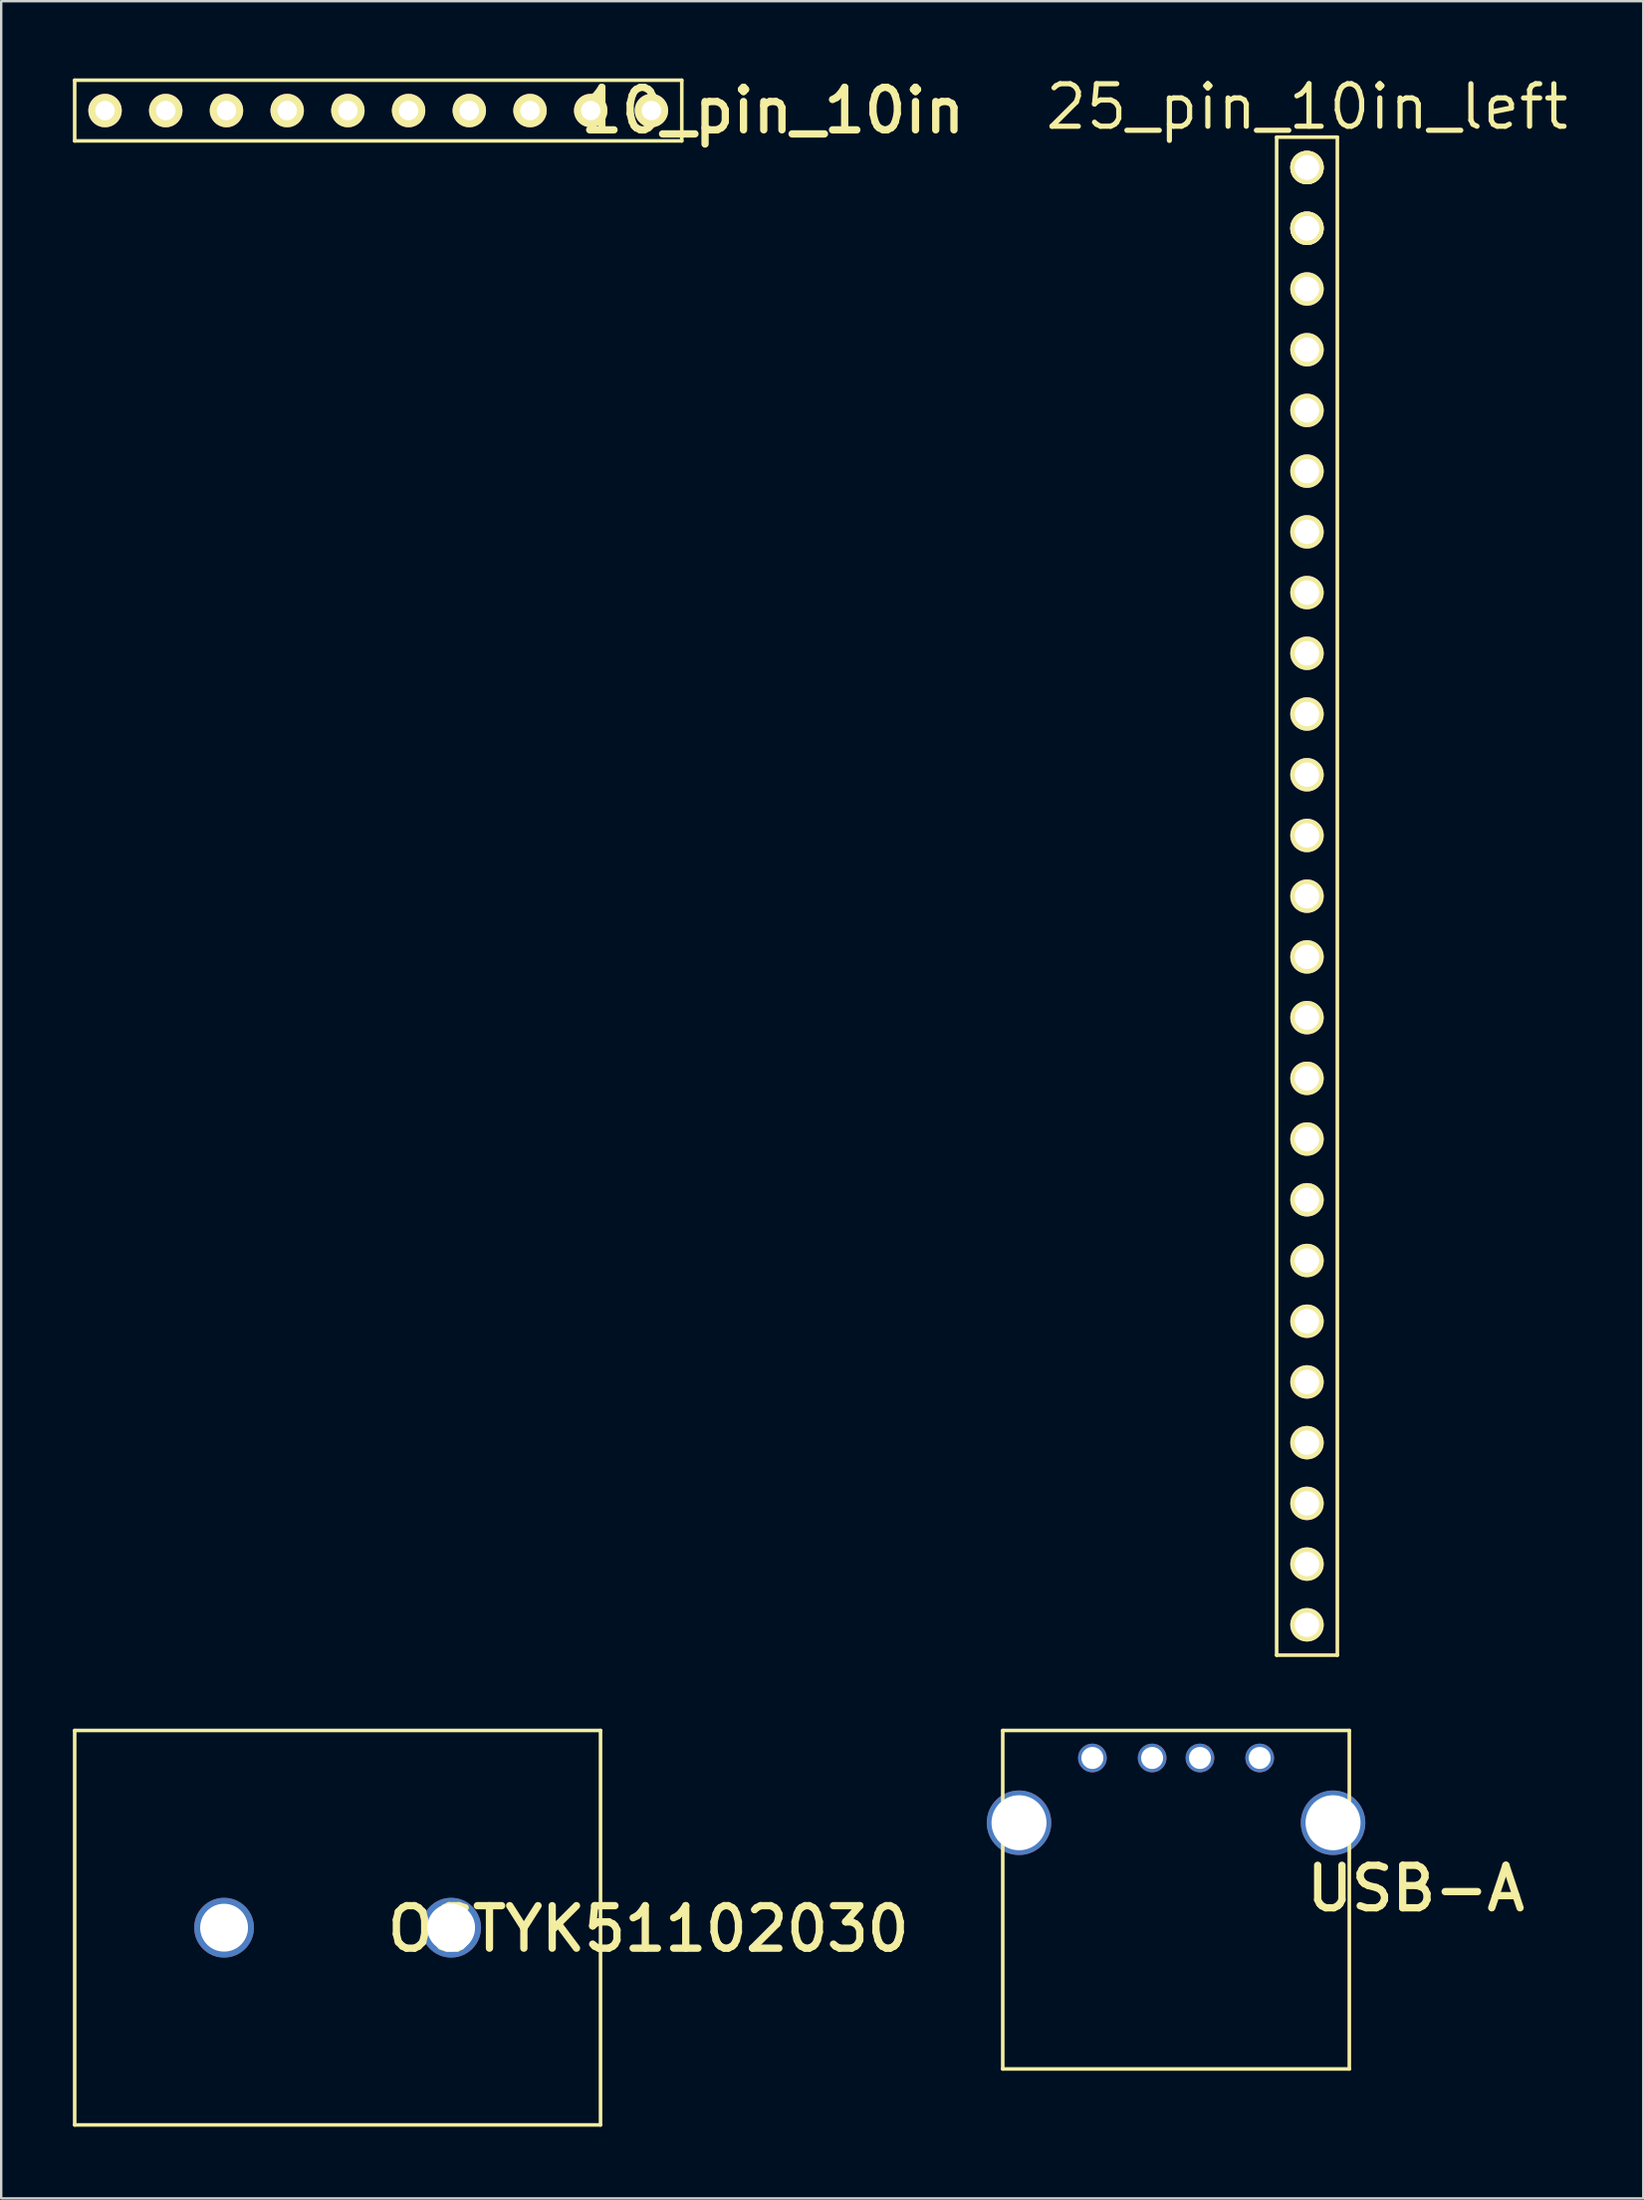
<source format=kicad_pcb>
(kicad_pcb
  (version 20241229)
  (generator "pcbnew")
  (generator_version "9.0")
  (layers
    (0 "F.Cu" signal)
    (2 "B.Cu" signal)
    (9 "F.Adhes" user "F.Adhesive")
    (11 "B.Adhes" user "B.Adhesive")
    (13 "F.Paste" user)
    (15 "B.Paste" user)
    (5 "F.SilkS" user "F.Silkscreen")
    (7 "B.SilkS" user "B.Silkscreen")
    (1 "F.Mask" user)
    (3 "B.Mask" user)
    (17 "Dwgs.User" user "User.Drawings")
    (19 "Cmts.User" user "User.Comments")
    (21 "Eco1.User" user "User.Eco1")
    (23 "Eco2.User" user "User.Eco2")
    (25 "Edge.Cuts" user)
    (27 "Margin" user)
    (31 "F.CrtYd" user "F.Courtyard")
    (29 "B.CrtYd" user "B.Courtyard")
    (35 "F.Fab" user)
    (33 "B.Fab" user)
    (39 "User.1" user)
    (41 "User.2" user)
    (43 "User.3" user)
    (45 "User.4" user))
  (footprint "OSTYK51102030"
    (layer "F.Cu")
    (at 11.075 77.589)
    (property "Reference" "OSTYK51102030" (at 13 0.05 0) (layer "F.SilkS") (effects (font (size 1.778 1.778) (thickness 0.305))))
    (attr through_hole)
    (fp_line (start -11 -8.25) (end -11 8.25) (stroke (width 0.15) (type solid)) (layer "F.SilkS"))
    (fp_line (start -11 -8.25) (end 11 -8.25) (stroke (width 0.15) (type solid)) (layer "F.SilkS"))
    (fp_line (start -11 8.25) (end 11 8.25) (stroke (width 0.15) (type solid)) (layer "F.SilkS"))
    (fp_line (start 11 -8.25) (end 11 8.25) (stroke (width 0.15) (type solid)) (layer "F.SilkS"))
    (pad "1" thru_hole circle (at -4.75 0) (size 2.5 2.5) (drill 2) (layers "*.Cu" "*.Mask"))
    (pad "2" thru_hole circle (at 4.75 0) (size 2.5 2.5) (drill 2) (layers "*.Cu" "*.Mask")))
  (footprint "USB-A"
    (layer "F.Cu")
    (at 46.154 70.489)
    (property "Reference" "USB-A" (at 10.033 5.461 0) (layer "F.SilkS") (effects (font (size 1.778 1.778) (thickness 0.305))))
    (attr through_hole)
    (fp_line (start -7.25 -1.15) (end -7.25 13.01) (stroke (width 0.15) (type solid)) (layer "F.SilkS"))
    (fp_line (start -7.25 13.01) (end 7.25 13.01) (stroke (width 0.15) (type solid)) (layer "F.SilkS"))
    (fp_line (start 7.25 -1.15) (end -7.25 -1.15) (stroke (width 0.15) (type solid)) (layer "F.SilkS"))
    (fp_line (start 7.25 -1.15) (end 7.25 13.01) (stroke (width 0.15) (type solid)) (layer "F.SilkS"))
    (pad "1" thru_hole circle (at -3.5 0) (size 1.2 1.2) (drill 0.92) (layers "*.Cu" "*.Mask"))
    (pad "2" thru_hole circle (at -1 0) (size 1.2 1.2) (drill 0.92) (layers "*.Cu" "*.Mask"))
    (pad "3" thru_hole circle (at 1 0) (size 1.2 1.2) (drill 0.92) (layers "*.Cu" "*.Mask"))
    (pad "4" thru_hole circle (at 3.5 0) (size 1.2 1.2) (drill 0.92) (layers "*.Cu" "*.Mask"))
    (pad "MECH" thru_hole circle (at -6.57 2.71) (size 2.7 2.7) (drill 2.3) (layers "*.Cu" "*.Mask"))
    (pad "MECH" thru_hole circle (at 6.57 2.71) (size 2.7 2.7) (drill 2.3) (layers "*.Cu" "*.Mask")))
  (footprint "10_pin_10in"
    (layer "F.Cu")
    (at 12.775 1.575)
    (property "Reference" "10_pin_10in" (at 16.51 0 0) (layer "F.SilkS") (effects (font (size 1.778 1.778) (thickness 0.305))))
    (attr through_hole)
    (fp_line (start -12.7 1.27) (end -12.7 -1.27) (stroke (width 0.15) (type solid)) (layer "F.SilkS"))
    (fp_line (start -12.7 1.27) (end 12.7 1.27) (stroke (width 0.15) (type solid)) (layer "F.SilkS"))
    (fp_line (start 12.7 -1.27) (end -12.7 -1.27) (stroke (width 0.15) (type solid)) (layer "F.SilkS"))
    (fp_line (start 12.7 1.27) (end 12.7 -1.27) (stroke (width 0.15) (type solid)) (layer "F.SilkS"))
    (pad "1" thru_hole circle (at -11.43 0) (size 1.397 1.397) (drill 0.813) (layers "*.Cu" "*.Mask" "F.SilkS"))
    (pad "2" thru_hole circle (at -8.89 0) (size 1.397 1.397) (drill 0.813) (layers "*.Cu" "*.Mask" "F.SilkS"))
    (pad "3" thru_hole circle (at -6.35 0) (size 1.397 1.397) (drill 0.813) (layers "*.Cu" "*.Mask" "F.SilkS"))
    (pad "4" thru_hole circle (at -3.81 0) (size 1.397 1.397) (drill 0.813) (layers "*.Cu" "*.Mask" "F.SilkS"))
    (pad "5" thru_hole circle (at -1.27 0) (size 1.397 1.397) (drill 0.813) (layers "*.Cu" "*.Mask" "F.SilkS"))
    (pad "6" thru_hole circle (at 1.27 0) (size 1.397 1.397) (drill 0.813) (layers "*.Cu" "*.Mask" "F.SilkS"))
    (pad "7" thru_hole circle (at 3.81 0) (size 1.397 1.397) (drill 0.813) (layers "*.Cu" "*.Mask" "F.SilkS"))
    (pad "8" thru_hole circle (at 6.35 0) (size 1.397 1.397) (drill 0.813) (layers "*.Cu" "*.Mask" "F.SilkS"))
    (pad "9" thru_hole circle (at 8.89 0) (size 1.397 1.397) (drill 0.813) (layers "*.Cu" "*.Mask" "F.SilkS"))
    (pad "10" thru_hole circle (at 11.43 0) (size 1.397 1.397) (drill 0.813) (layers "*.Cu" "*.Mask" "F.SilkS")))
  (footprint "25_pin_10in_left"
    (layer "F.Cu")
    (at 51.633 34.439)
    (property "Reference" "25_pin_10in_left" (at 0 -33.02 0) (layer "F.SilkS") (effects (font (size 1.778 1.778) (thickness 0.216))))
    (attr through_hole)
    (fp_line (start -1.27 -31.75) (end -1.27 31.75) (stroke (width 0.15) (type solid)) (layer "F.SilkS"))
    (fp_line (start -1.27 -31.75) (end 1.27 -31.75) (stroke (width 0.15) (type solid)) (layer "F.SilkS"))
    (fp_line (start -1.27 31.75) (end 1.27 31.75) (stroke (width 0.15) (type solid)) (layer "F.SilkS"))
    (fp_line (start 1.27 31.75) (end 1.27 -31.75) (stroke (width 0.15) (type solid)) (layer "F.SilkS"))
    (pad "1" thru_hole circle (at 0 -30.48 270) (size 1.397 1.397) (drill 1.02) (layers "*.Cu" "*.Mask" "F.SilkS"))
    (pad "1" thru_hole circle (at 0 -30.48 270) (size 1.397 1.397) (drill 1.02) (layers "*.Cu" "*.Mask" "F.SilkS"))
    (pad "3" thru_hole circle (at 0 -27.94 270) (size 1.397 1.397) (drill 1.02) (layers "*.Cu" "*.Mask" "F.SilkS"))
    (pad "3" thru_hole circle (at 0 -27.94 270) (size 1.397 1.397) (drill 1.02) (layers "*.Cu" "*.Mask" "F.SilkS"))
    (pad "5" thru_hole circle (at 0 -25.4 270) (size 1.397 1.397) (drill 1.02) (layers "*.Cu" "*.Mask" "F.SilkS"))
    (pad "7" thru_hole circle (at 0 -22.86 270) (size 1.397 1.397) (drill 1.02) (layers "*.Cu" "*.Mask" "F.SilkS"))
    (pad "9" thru_hole circle (at 0 -20.32 270) (size 1.397 1.397) (drill 1.02) (layers "*.Cu" "*.Mask" "F.SilkS"))
    (pad "11" thru_hole circle (at 0 -17.78 270) (size 1.397 1.397) (drill 1.02) (layers "*.Cu" "*.Mask" "F.SilkS"))
    (pad "13" thru_hole circle (at 0 -15.24 270) (size 1.397 1.397) (drill 1.02) (layers "*.Cu" "*.Mask" "F.SilkS"))
    (pad "15" thru_hole circle (at 0 -12.7 270) (size 1.397 1.397) (drill 1.02) (layers "*.Cu" "*.Mask" "F.SilkS"))
    (pad "17" thru_hole circle (at 0 -10.16 270) (size 1.397 1.397) (drill 1.02) (layers "*.Cu" "*.Mask" "F.SilkS"))
    (pad "19" thru_hole circle (at 0 -7.62 270) (size 1.397 1.397) (drill 1.02) (layers "*.Cu" "*.Mask" "F.SilkS"))
    (pad "21" thru_hole circle (at 0 -5.08 270) (size 1.397 1.397) (drill 1.02) (layers "*.Cu" "*.Mask" "F.SilkS"))
    (pad "23" thru_hole circle (at 0 -2.54 270) (size 1.397 1.397) (drill 1.02) (layers "*.Cu" "*.Mask" "F.SilkS"))
    (pad "25" thru_hole circle (at 0 0 270) (size 1.397 1.397) (drill 1.02) (layers "*.Cu" "*.Mask" "F.SilkS"))
    (pad "27" thru_hole circle (at 0 2.54 270) (size 1.397 1.397) (drill 1.02) (layers "*.Cu" "*.Mask" "F.SilkS"))
    (pad "29" thru_hole circle (at 0 5.08 270) (size 1.397 1.397) (drill 1.02) (layers "*.Cu" "*.Mask" "F.SilkS"))
    (pad "31" thru_hole circle (at 0 7.62 270) (size 1.397 1.397) (drill 1.02) (layers "*.Cu" "*.Mask" "F.SilkS"))
    (pad "33" thru_hole circle (at 0 10.16 270) (size 1.397 1.397) (drill 1.02) (layers "*.Cu" "*.Mask" "F.SilkS"))
    (pad "35" thru_hole circle (at 0 12.7 270) (size 1.397 1.397) (drill 1.02) (layers "*.Cu" "*.Mask" "F.SilkS"))
    (pad "37" thru_hole circle (at 0 15.24 270) (size 1.397 1.397) (drill 1.02) (layers "*.Cu" "*.Mask" "F.SilkS"))
    (pad "39" thru_hole circle (at 0 17.78 270) (size 1.397 1.397) (drill 1.02) (layers "*.Cu" "*.Mask" "F.SilkS"))
    (pad "41" thru_hole circle (at 0 20.32 270) (size 1.397 1.397) (drill 1.02) (layers "*.Cu" "*.Mask" "F.SilkS"))
    (pad "43" thru_hole circle (at 0 22.86 270) (size 1.397 1.397) (drill 1.02) (layers "*.Cu" "*.Mask" "F.SilkS"))
    (pad "45" thru_hole circle (at 0 25.4 270) (size 1.397 1.397) (drill 1.02) (layers "*.Cu" "*.Mask" "F.SilkS"))
    (pad "47" thru_hole circle (at 0 27.94 270) (size 1.397 1.397) (drill 1.02) (layers "*.Cu" "*.Mask" "F.SilkS"))
    (pad "49" thru_hole circle (at 0 30.48 270) (size 1.397 1.397) (drill 1.02) (layers "*.Cu" "*.Mask" "F.SilkS")))
  (gr_rect
    (start -3 -3)
    (end 65.702 88.914)
    (stroke (width 0.1) (type default))
    (fill no)
    (layer "Edge.Cuts")))
</source>
